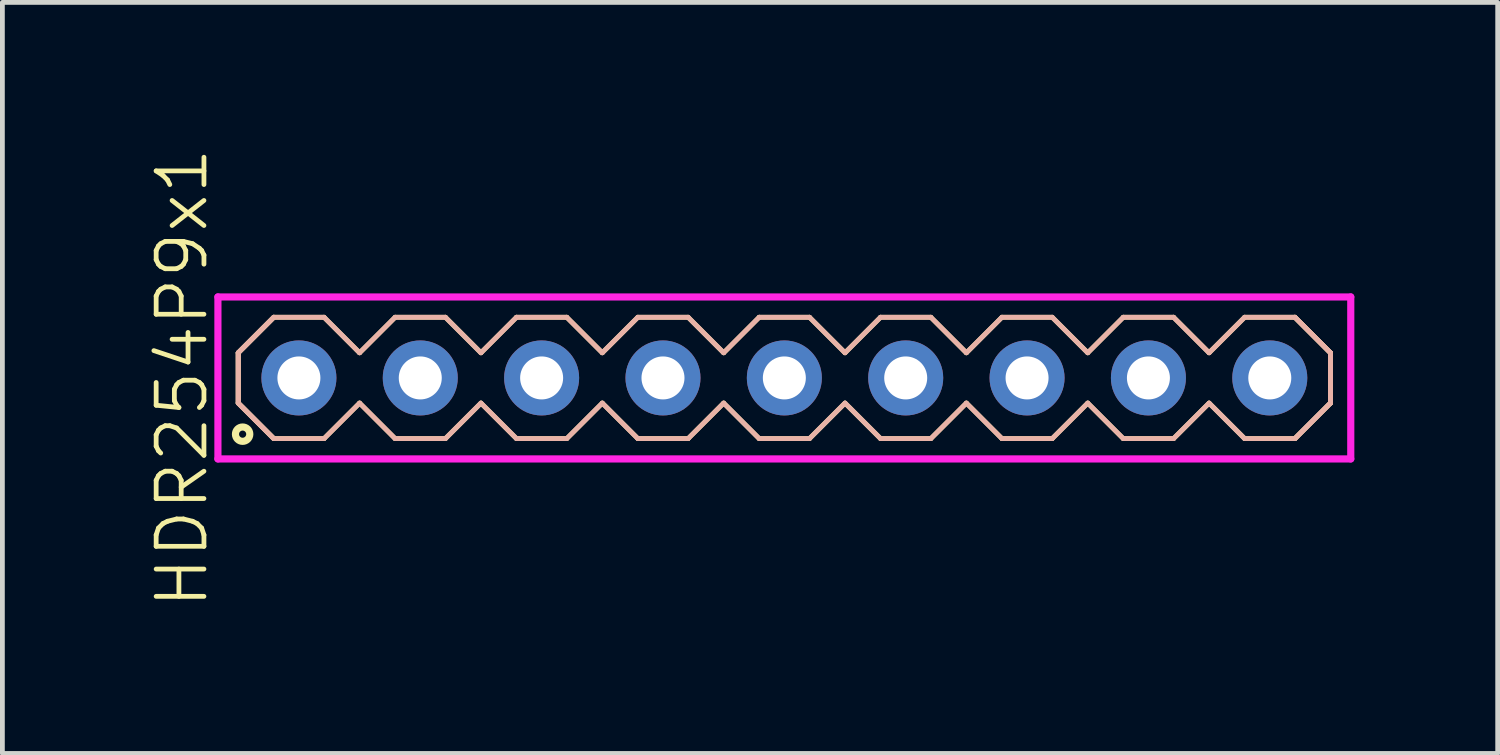
<source format=kicad_pcb>
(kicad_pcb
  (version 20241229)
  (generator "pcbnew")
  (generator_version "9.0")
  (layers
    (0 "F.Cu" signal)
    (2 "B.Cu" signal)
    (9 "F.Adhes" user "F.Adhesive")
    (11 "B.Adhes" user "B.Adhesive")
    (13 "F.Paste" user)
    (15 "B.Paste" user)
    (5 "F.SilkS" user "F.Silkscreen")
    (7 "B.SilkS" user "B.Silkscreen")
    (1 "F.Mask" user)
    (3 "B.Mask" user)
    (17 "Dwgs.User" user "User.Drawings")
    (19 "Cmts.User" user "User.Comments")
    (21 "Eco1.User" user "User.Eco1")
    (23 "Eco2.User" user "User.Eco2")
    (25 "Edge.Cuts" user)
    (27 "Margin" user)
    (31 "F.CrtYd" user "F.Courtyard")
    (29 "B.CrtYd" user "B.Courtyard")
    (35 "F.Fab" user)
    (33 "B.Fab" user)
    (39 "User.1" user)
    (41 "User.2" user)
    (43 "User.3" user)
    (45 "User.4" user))
  (footprint "HDR254P9x1"
    (layer "F.Cu")
    (at 13.366 4.86)
    (property "Reference" "HDR254P9x1" (at -12.605 0 90) (layer "F.SilkS") (effects (font (size 1 1) (thickness 0.1))))
    (attr through_hole)
    (fp_line (start -11.43 -0.526) (end -10.686 -1.27) (stroke (width 0.1) (type solid)) (layer "F.SilkS"))
    (fp_line (start -11.43 -0.526) (end -10.686 -1.27) (stroke (width 0.1) (type solid)) (layer "F.SilkS"))
    (fp_line (start -11.43 0.526) (end -11.43 -0.526) (stroke (width 0.1) (type solid)) (layer "F.SilkS"))
    (fp_line (start -11.43 0.526) (end -11.43 -0.526) (stroke (width 0.1) (type solid)) (layer "F.SilkS"))
    (fp_line (start -10.686 -1.27) (end -9.634 -1.27) (stroke (width 0.1) (type solid)) (layer "F.SilkS"))
    (fp_line (start -10.686 1.27) (end -11.43 0.526) (stroke (width 0.1) (type solid)) (layer "F.SilkS"))
    (fp_line (start -10.686 1.27) (end -11.43 0.526) (stroke (width 0.1) (type solid)) (layer "F.SilkS"))
    (fp_line (start -9.634 -1.27) (end -8.89 -0.526) (stroke (width 0.1) (type solid)) (layer "F.SilkS"))
    (fp_line (start -9.634 1.27) (end -10.686 1.27) (stroke (width 0.1) (type solid)) (layer "F.SilkS"))
    (fp_line (start -8.89 -0.526) (end -8.146 -1.27) (stroke (width 0.1) (type solid)) (layer "F.SilkS"))
    (fp_line (start -8.89 0.526) (end -9.634 1.27) (stroke (width 0.1) (type solid)) (layer "F.SilkS"))
    (fp_line (start -8.146 -1.27) (end -7.094 -1.27) (stroke (width 0.1) (type solid)) (layer "F.SilkS"))
    (fp_line (start -8.146 1.27) (end -8.89 0.526) (stroke (width 0.1) (type solid)) (layer "F.SilkS"))
    (fp_line (start -7.094 -1.27) (end -6.35 -0.526) (stroke (width 0.1) (type solid)) (layer "F.SilkS"))
    (fp_line (start -7.094 1.27) (end -8.146 1.27) (stroke (width 0.1) (type solid)) (layer "F.SilkS"))
    (fp_line (start -6.35 -0.526) (end -5.606 -1.27) (stroke (width 0.1) (type solid)) (layer "F.SilkS"))
    (fp_line (start -6.35 0.526) (end -7.094 1.27) (stroke (width 0.1) (type solid)) (layer "F.SilkS"))
    (fp_line (start -5.606 -1.27) (end -4.554 -1.27) (stroke (width 0.1) (type solid)) (layer "F.SilkS"))
    (fp_line (start -5.606 1.27) (end -6.35 0.526) (stroke (width 0.1) (type solid)) (layer "F.SilkS"))
    (fp_line (start -4.554 -1.27) (end -3.81 -0.526) (stroke (width 0.1) (type solid)) (layer "F.SilkS"))
    (fp_line (start -4.554 1.27) (end -5.606 1.27) (stroke (width 0.1) (type solid)) (layer "F.SilkS"))
    (fp_line (start -3.81 -0.526) (end -3.066 -1.27) (stroke (width 0.1) (type solid)) (layer "F.SilkS"))
    (fp_line (start -3.81 0.526) (end -4.554 1.27) (stroke (width 0.1) (type solid)) (layer "F.SilkS"))
    (fp_line (start -3.066 -1.27) (end -2.014 -1.27) (stroke (width 0.1) (type solid)) (layer "F.SilkS"))
    (fp_line (start -3.066 1.27) (end -3.81 0.526) (stroke (width 0.1) (type solid)) (layer "F.SilkS"))
    (fp_line (start -2.014 -1.27) (end -1.27 -0.526) (stroke (width 0.1) (type solid)) (layer "F.SilkS"))
    (fp_line (start -2.014 1.27) (end -3.066 1.27) (stroke (width 0.1) (type solid)) (layer "F.SilkS"))
    (fp_line (start -1.27 -0.526) (end -0.526 -1.27) (stroke (width 0.1) (type solid)) (layer "F.SilkS"))
    (fp_line (start -1.27 0.526) (end -2.014 1.27) (stroke (width 0.1) (type solid)) (layer "F.SilkS"))
    (fp_line (start -0.526 -1.27) (end 0.526 -1.27) (stroke (width 0.1) (type solid)) (layer "F.SilkS"))
    (fp_line (start -0.526 1.27) (end -1.27 0.526) (stroke (width 0.1) (type solid)) (layer "F.SilkS"))
    (fp_line (start 0.526 -1.27) (end 1.27 -0.526) (stroke (width 0.1) (type solid)) (layer "F.SilkS"))
    (fp_line (start 0.526 1.27) (end -0.526 1.27) (stroke (width 0.1) (type solid)) (layer "F.SilkS"))
    (fp_line (start 1.27 -0.526) (end 2.014 -1.27) (stroke (width 0.1) (type solid)) (layer "F.SilkS"))
    (fp_line (start 1.27 0.526) (end 0.526 1.27) (stroke (width 0.1) (type solid)) (layer "F.SilkS"))
    (fp_line (start 2.014 -1.27) (end 3.066 -1.27) (stroke (width 0.1) (type solid)) (layer "F.SilkS"))
    (fp_line (start 2.014 1.27) (end 1.27 0.526) (stroke (width 0.1) (type solid)) (layer "F.SilkS"))
    (fp_line (start 3.066 -1.27) (end 3.81 -0.526) (stroke (width 0.1) (type solid)) (layer "F.SilkS"))
    (fp_line (start 3.066 1.27) (end 2.014 1.27) (stroke (width 0.1) (type solid)) (layer "F.SilkS"))
    (fp_line (start 3.81 -0.526) (end 4.554 -1.27) (stroke (width 0.1) (type solid)) (layer "F.SilkS"))
    (fp_line (start 3.81 0.526) (end 3.066 1.27) (stroke (width 0.1) (type solid)) (layer "F.SilkS"))
    (fp_line (start 4.554 -1.27) (end 5.606 -1.27) (stroke (width 0.1) (type solid)) (layer "F.SilkS"))
    (fp_line (start 4.554 1.27) (end 3.81 0.526) (stroke (width 0.1) (type solid)) (layer "F.SilkS"))
    (fp_line (start 5.606 -1.27) (end 6.35 -0.526) (stroke (width 0.1) (type solid)) (layer "F.SilkS"))
    (fp_line (start 5.606 1.27) (end 4.554 1.27) (stroke (width 0.1) (type solid)) (layer "F.SilkS"))
    (fp_line (start 6.35 -0.526) (end 7.094 -1.27) (stroke (width 0.1) (type solid)) (layer "F.SilkS"))
    (fp_line (start 6.35 0.526) (end 5.606 1.27) (stroke (width 0.1) (type solid)) (layer "F.SilkS"))
    (fp_line (start 7.094 -1.27) (end 8.146 -1.27) (stroke (width 0.1) (type solid)) (layer "F.SilkS"))
    (fp_line (start 7.094 1.27) (end 6.35 0.526) (stroke (width 0.1) (type solid)) (layer "F.SilkS"))
    (fp_line (start 8.146 -1.27) (end 8.89 -0.526) (stroke (width 0.1) (type solid)) (layer "F.SilkS"))
    (fp_line (start 8.146 1.27) (end 7.094 1.27) (stroke (width 0.1) (type solid)) (layer "F.SilkS"))
    (fp_line (start 8.89 -0.526) (end 9.634 -1.27) (stroke (width 0.1) (type solid)) (layer "F.SilkS"))
    (fp_line (start 8.89 0.526) (end 8.146 1.27) (stroke (width 0.1) (type solid)) (layer "F.SilkS"))
    (fp_line (start 9.634 -1.27) (end 10.686 -1.27) (stroke (width 0.1) (type solid)) (layer "F.SilkS"))
    (fp_line (start 9.634 1.27) (end 8.89 0.526) (stroke (width 0.1) (type solid)) (layer "F.SilkS"))
    (fp_line (start 10.686 -1.27) (end 11.43 -0.526) (stroke (width 0.1) (type solid)) (layer "F.SilkS"))
    (fp_line (start 10.686 -1.27) (end 11.43 -0.526) (stroke (width 0.1) (type solid)) (layer "F.SilkS"))
    (fp_line (start 10.686 1.27) (end 9.634 1.27) (stroke (width 0.1) (type solid)) (layer "F.SilkS"))
    (fp_line (start 11.43 -0.526) (end 11.43 0.526) (stroke (width 0.1) (type solid)) (layer "F.SilkS"))
    (fp_line (start 11.43 -0.526) (end 11.43 0.526) (stroke (width 0.1) (type solid)) (layer "F.SilkS"))
    (fp_line (start 11.43 0.526) (end 10.686 1.27) (stroke (width 0.1) (type solid)) (layer "F.SilkS"))
    (fp_line (start 11.43 0.526) (end 10.686 1.27) (stroke (width 0.1) (type solid)) (layer "F.SilkS"))
    (fp_circle (center -11.338 1.177) (end -11.188 1.177) (stroke (width 0.15) (type solid)) (fill no) (layer "F.SilkS"))
    (fp_line (start -11.43 -0.526) (end -10.686 -1.27) (stroke (width 0.1) (type solid)) (layer "B.SilkS"))
    (fp_line (start -11.43 -0.526) (end -10.686 -1.27) (stroke (width 0.1) (type solid)) (layer "B.SilkS"))
    (fp_line (start -11.43 0.526) (end -11.43 -0.526) (stroke (width 0.1) (type solid)) (layer "B.SilkS"))
    (fp_line (start -11.43 0.526) (end -11.43 -0.526) (stroke (width 0.1) (type solid)) (layer "B.SilkS"))
    (fp_line (start -10.686 -1.27) (end -9.634 -1.27) (stroke (width 0.1) (type solid)) (layer "B.SilkS"))
    (fp_line (start -10.686 1.27) (end -11.43 0.526) (stroke (width 0.1) (type solid)) (layer "B.SilkS"))
    (fp_line (start -10.686 1.27) (end -11.43 0.526) (stroke (width 0.1) (type solid)) (layer "B.SilkS"))
    (fp_line (start -9.634 -1.27) (end -8.89 -0.526) (stroke (width 0.1) (type solid)) (layer "B.SilkS"))
    (fp_line (start -9.634 1.27) (end -10.686 1.27) (stroke (width 0.1) (type solid)) (layer "B.SilkS"))
    (fp_line (start -8.89 -0.526) (end -8.146 -1.27) (stroke (width 0.1) (type solid)) (layer "B.SilkS"))
    (fp_line (start -8.89 0.526) (end -9.634 1.27) (stroke (width 0.1) (type solid)) (layer "B.SilkS"))
    (fp_line (start -8.146 -1.27) (end -7.094 -1.27) (stroke (width 0.1) (type solid)) (layer "B.SilkS"))
    (fp_line (start -8.146 1.27) (end -8.89 0.526) (stroke (width 0.1) (type solid)) (layer "B.SilkS"))
    (fp_line (start -7.094 -1.27) (end -6.35 -0.526) (stroke (width 0.1) (type solid)) (layer "B.SilkS"))
    (fp_line (start -7.094 1.27) (end -8.146 1.27) (stroke (width 0.1) (type solid)) (layer "B.SilkS"))
    (fp_line (start -6.35 -0.526) (end -5.606 -1.27) (stroke (width 0.1) (type solid)) (layer "B.SilkS"))
    (fp_line (start -6.35 0.526) (end -7.094 1.27) (stroke (width 0.1) (type solid)) (layer "B.SilkS"))
    (fp_line (start -5.606 -1.27) (end -4.554 -1.27) (stroke (width 0.1) (type solid)) (layer "B.SilkS"))
    (fp_line (start -5.606 1.27) (end -6.35 0.526) (stroke (width 0.1) (type solid)) (layer "B.SilkS"))
    (fp_line (start -4.554 -1.27) (end -3.81 -0.526) (stroke (width 0.1) (type solid)) (layer "B.SilkS"))
    (fp_line (start -4.554 1.27) (end -5.606 1.27) (stroke (width 0.1) (type solid)) (layer "B.SilkS"))
    (fp_line (start -3.81 -0.526) (end -3.066 -1.27) (stroke (width 0.1) (type solid)) (layer "B.SilkS"))
    (fp_line (start -3.81 0.526) (end -4.554 1.27) (stroke (width 0.1) (type solid)) (layer "B.SilkS"))
    (fp_line (start -3.066 -1.27) (end -2.014 -1.27) (stroke (width 0.1) (type solid)) (layer "B.SilkS"))
    (fp_line (start -3.066 1.27) (end -3.81 0.526) (stroke (width 0.1) (type solid)) (layer "B.SilkS"))
    (fp_line (start -2.014 -1.27) (end -1.27 -0.526) (stroke (width 0.1) (type solid)) (layer "B.SilkS"))
    (fp_line (start -2.014 1.27) (end -3.066 1.27) (stroke (width 0.1) (type solid)) (layer "B.SilkS"))
    (fp_line (start -1.27 -0.526) (end -0.526 -1.27) (stroke (width 0.1) (type solid)) (layer "B.SilkS"))
    (fp_line (start -1.27 0.526) (end -2.014 1.27) (stroke (width 0.1) (type solid)) (layer "B.SilkS"))
    (fp_line (start -0.526 -1.27) (end 0.526 -1.27) (stroke (width 0.1) (type solid)) (layer "B.SilkS"))
    (fp_line (start -0.526 1.27) (end -1.27 0.526) (stroke (width 0.1) (type solid)) (layer "B.SilkS"))
    (fp_line (start 0.526 -1.27) (end 1.27 -0.526) (stroke (width 0.1) (type solid)) (layer "B.SilkS"))
    (fp_line (start 0.526 1.27) (end -0.526 1.27) (stroke (width 0.1) (type solid)) (layer "B.SilkS"))
    (fp_line (start 1.27 -0.526) (end 2.014 -1.27) (stroke (width 0.1) (type solid)) (layer "B.SilkS"))
    (fp_line (start 1.27 0.526) (end 0.526 1.27) (stroke (width 0.1) (type solid)) (layer "B.SilkS"))
    (fp_line (start 2.014 -1.27) (end 3.066 -1.27) (stroke (width 0.1) (type solid)) (layer "B.SilkS"))
    (fp_line (start 2.014 1.27) (end 1.27 0.526) (stroke (width 0.1) (type solid)) (layer "B.SilkS"))
    (fp_line (start 3.066 -1.27) (end 3.81 -0.526) (stroke (width 0.1) (type solid)) (layer "B.SilkS"))
    (fp_line (start 3.066 1.27) (end 2.014 1.27) (stroke (width 0.1) (type solid)) (layer "B.SilkS"))
    (fp_line (start 3.81 -0.526) (end 4.554 -1.27) (stroke (width 0.1) (type solid)) (layer "B.SilkS"))
    (fp_line (start 3.81 0.526) (end 3.066 1.27) (stroke (width 0.1) (type solid)) (layer "B.SilkS"))
    (fp_line (start 4.554 -1.27) (end 5.606 -1.27) (stroke (width 0.1) (type solid)) (layer "B.SilkS"))
    (fp_line (start 4.554 1.27) (end 3.81 0.526) (stroke (width 0.1) (type solid)) (layer "B.SilkS"))
    (fp_line (start 5.606 -1.27) (end 6.35 -0.526) (stroke (width 0.1) (type solid)) (layer "B.SilkS"))
    (fp_line (start 5.606 1.27) (end 4.554 1.27) (stroke (width 0.1) (type solid)) (layer "B.SilkS"))
    (fp_line (start 6.35 -0.526) (end 7.094 -1.27) (stroke (width 0.1) (type solid)) (layer "B.SilkS"))
    (fp_line (start 6.35 0.526) (end 5.606 1.27) (stroke (width 0.1) (type solid)) (layer "B.SilkS"))
    (fp_line (start 7.094 -1.27) (end 8.146 -1.27) (stroke (width 0.1) (type solid)) (layer "B.SilkS"))
    (fp_line (start 7.094 1.27) (end 6.35 0.526) (stroke (width 0.1) (type solid)) (layer "B.SilkS"))
    (fp_line (start 8.146 -1.27) (end 8.89 -0.526) (stroke (width 0.1) (type solid)) (layer "B.SilkS"))
    (fp_line (start 8.146 1.27) (end 7.094 1.27) (stroke (width 0.1) (type solid)) (layer "B.SilkS"))
    (fp_line (start 8.89 -0.526) (end 9.634 -1.27) (stroke (width 0.1) (type solid)) (layer "B.SilkS"))
    (fp_line (start 8.89 0.526) (end 8.146 1.27) (stroke (width 0.1) (type solid)) (layer "B.SilkS"))
    (fp_line (start 9.634 -1.27) (end 10.686 -1.27) (stroke (width 0.1) (type solid)) (layer "B.SilkS"))
    (fp_line (start 9.634 1.27) (end 8.89 0.526) (stroke (width 0.1) (type solid)) (layer "B.SilkS"))
    (fp_line (start 10.686 -1.27) (end 11.43 -0.526) (stroke (width 0.1) (type solid)) (layer "B.SilkS"))
    (fp_line (start 10.686 -1.27) (end 11.43 -0.526) (stroke (width 0.1) (type solid)) (layer "B.SilkS"))
    (fp_line (start 10.686 1.27) (end 9.634 1.27) (stroke (width 0.1) (type solid)) (layer "B.SilkS"))
    (fp_line (start 11.43 -0.526) (end 11.43 0.526) (stroke (width 0.1) (type solid)) (layer "B.SilkS"))
    (fp_line (start 11.43 -0.526) (end 11.43 0.526) (stroke (width 0.1) (type solid)) (layer "B.SilkS"))
    (fp_line (start 11.43 0.526) (end 10.686 1.27) (stroke (width 0.1) (type solid)) (layer "B.SilkS"))
    (fp_line (start 11.43 0.526) (end 10.686 1.27) (stroke (width 0.1) (type solid)) (layer "B.SilkS"))
    (fp_line (start -11.855 -1.695) (end -11.855 1.695) (stroke (width 0.15) (type solid)) (layer "F.CrtYd"))
    (fp_line (start -11.855 1.695) (end 11.855 1.695) (stroke (width 0.15) (type solid)) (layer "F.CrtYd"))
    (fp_line (start 11.855 -1.695) (end -11.855 -1.695) (stroke (width 0.15) (type solid)) (layer "F.CrtYd"))
    (fp_line (start 11.855 1.695) (end 11.855 -1.695) (stroke (width 0.15) (type solid)) (layer "F.CrtYd"))
    (pad "1" thru_hole oval (at -10.16 0) (size 1.57 1.57) (drill 0.9) (layers "*.Cu" "*.Mask"))
    (pad "2" thru_hole oval (at -7.62 0) (size 1.57 1.57) (drill 0.9) (layers "*.Cu" "*.Mask"))
    (pad "3" thru_hole oval (at -5.08 0) (size 1.57 1.57) (drill 0.9) (layers "*.Cu" "*.Mask"))
    (pad "4" thru_hole oval (at -2.54 0) (size 1.57 1.57) (drill 0.9) (layers "*.Cu" "*.Mask"))
    (pad "5" thru_hole oval (at 0 0) (size 1.57 1.57) (drill 0.9) (layers "*.Cu" "*.Mask"))
    (pad "6" thru_hole oval (at 2.54 0) (size 1.57 1.57) (drill 0.9) (layers "*.Cu" "*.Mask"))
    (pad "7" thru_hole oval (at 5.08 0) (size 1.57 1.57) (drill 0.9) (layers "*.Cu" "*.Mask"))
    (pad "8" thru_hole oval (at 7.62 0) (size 1.57 1.57) (drill 0.9) (layers "*.Cu" "*.Mask"))
    (pad "9" thru_hole oval (at 10.16 0) (size 1.57 1.57) (drill 0.9) (layers "*.Cu" "*.Mask")))
  (gr_rect
    (start -3 -3)
    (end 28.296 12.719)
    (stroke (width 0.1) (type default))
    (fill no)
    (layer "Edge.Cuts")))
</source>
